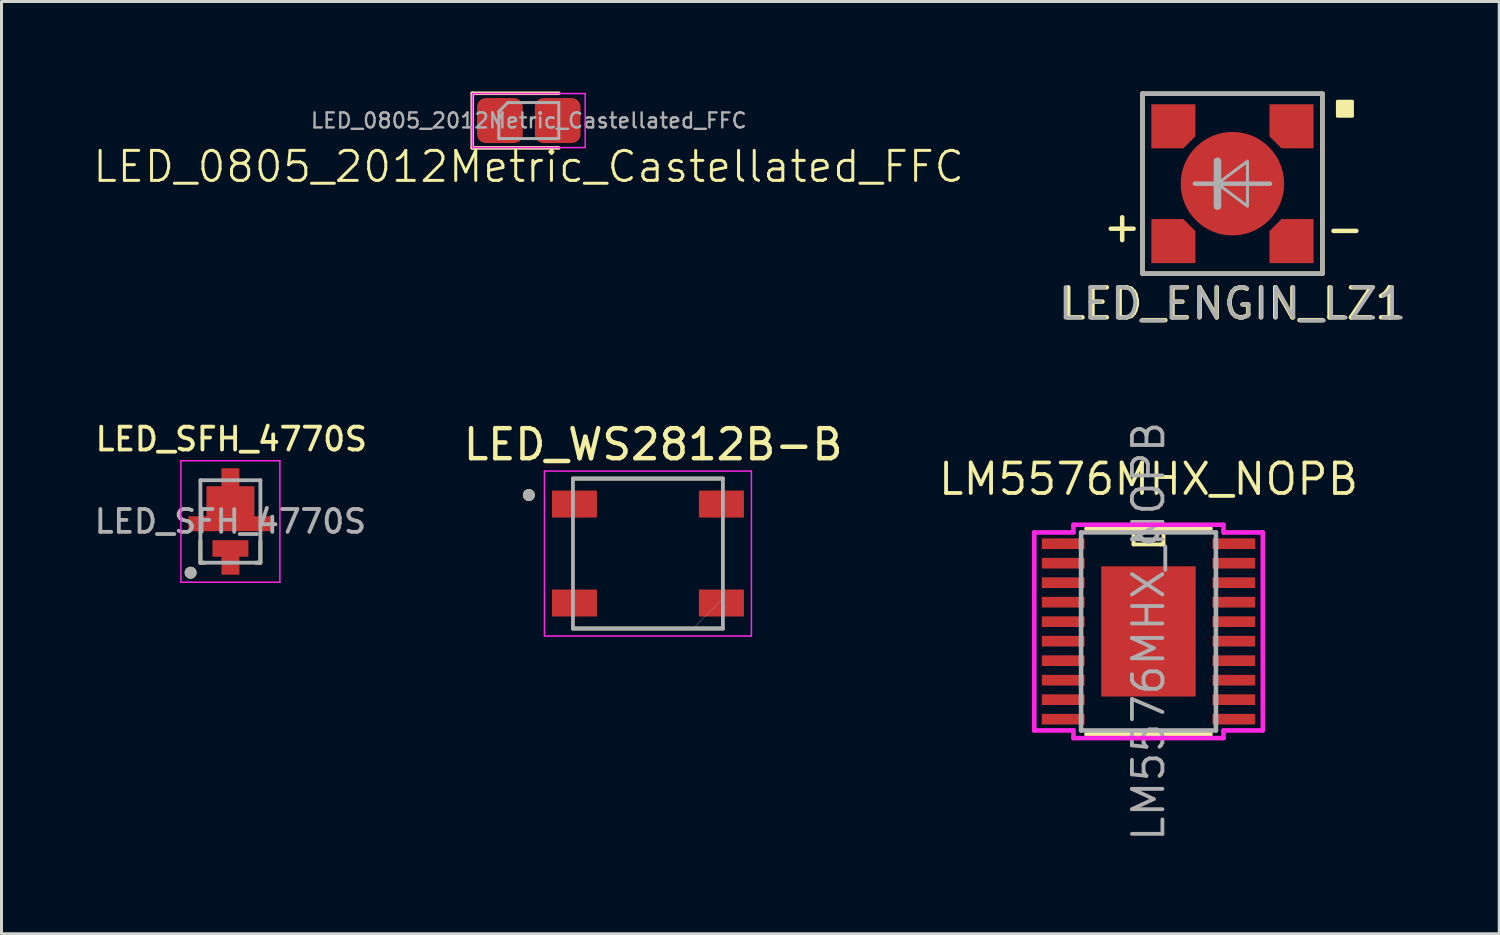
<source format=kicad_pcb>
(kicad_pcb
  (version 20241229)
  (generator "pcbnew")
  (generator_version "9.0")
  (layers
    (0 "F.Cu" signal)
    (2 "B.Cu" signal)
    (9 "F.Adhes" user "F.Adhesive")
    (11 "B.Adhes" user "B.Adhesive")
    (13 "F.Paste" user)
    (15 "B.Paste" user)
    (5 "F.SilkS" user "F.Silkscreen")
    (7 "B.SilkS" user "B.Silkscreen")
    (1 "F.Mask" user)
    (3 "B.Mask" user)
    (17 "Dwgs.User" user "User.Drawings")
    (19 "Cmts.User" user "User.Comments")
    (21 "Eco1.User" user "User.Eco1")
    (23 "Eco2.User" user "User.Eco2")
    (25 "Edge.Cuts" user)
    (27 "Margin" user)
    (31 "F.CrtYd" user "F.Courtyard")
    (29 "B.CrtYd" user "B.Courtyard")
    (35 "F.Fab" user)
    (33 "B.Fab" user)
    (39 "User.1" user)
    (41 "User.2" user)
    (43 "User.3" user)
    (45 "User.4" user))
  (footprint "LED_SFH_4770S"
    (layer "F.Cu")
    (at 4.632 14.662)
    (property "Reference" "LED_SFH_4770S" (at 0.03 -3.07 0) (layer "F.SilkS") (effects (font (size 0.762 0.762) (thickness 0.127))))
    (attr through_hole)
    (fp_poly (pts (xy -0.6 0.3) (xy 0.6 0.3) (xy 0.6 0.85) (xy 0.3 0.85) (xy 0.3 1.45) (xy -0.3 1.45) (xy -0.3 0.85) (xy -0.6 0.85)) (stroke (width 0.0001) (type solid)) (fill yes) (layer "F.Mask"))
    (fp_poly (pts (xy -1.4 -0.5) (xy -0.8 -0.5) (xy -0.8 -1.5) (xy -0.3 -1.5) (xy -0.3 -2.1) (xy 0.3 -2.1) (xy 0.3 -1.5) (xy 0.8 -1.5) (xy 0.8 -0.5) (xy 1.4 -0.5) (xy 1.4 0) (xy -1.4 0)) (stroke (width 0.0001) (type solid)) (fill yes) (layer "F.Mask"))
    (fp_line (start -1 0.325) (end -1 1.05) (stroke (width 0.127) (type solid)) (layer "F.SilkS"))
    (fp_line (start -1 1.05) (end -0.85 1.05) (stroke (width 0.127) (type solid)) (layer "F.SilkS"))
    (fp_line (start 1 0.325) (end 1 1.05) (stroke (width 0.127) (type solid)) (layer "F.SilkS"))
    (fp_line (start 1 1.05) (end 0.85 1.05) (stroke (width 0.127) (type solid)) (layer "F.SilkS"))
    (fp_circle (center -1.327 1.383) (end -1.227 1.383) (stroke (width 0.2) (type solid)) (fill no) (layer "F.SilkS"))
    (fp_poly (pts (xy -0.25 -2.05) (xy -0.25 -1.65) (xy 0.25 -1.65) (xy 0.25 -2.05)) (stroke (width 0.0001) (type solid)) (fill yes) (layer "F.Paste"))
    (fp_poly (pts (xy -1.35 -0.45) (xy -1.35 -0.05) (xy -0.15 -0.05) (xy -0.15 -1.45) (xy -0.75 -1.45) (xy -0.75 -0.45)) (stroke (width 0.0001) (type solid)) (fill yes) (layer "F.Paste"))
    (fp_poly (pts (xy 1.35 -0.45) (xy 1.35 -0.05) (xy 0.15 -0.05) (xy 0.15 -1.45) (xy 0.75 -1.45) (xy 0.75 -0.45)) (stroke (width 0.0001) (type solid)) (fill yes) (layer "F.Paste"))
    (fp_poly (pts (xy -0.55 0.35) (xy -0.55 0.75) (xy -0.25 0.75) (xy -0.25 1.35) (xy 0.25 1.35) (xy 0.25 0.75) (xy 0.55 0.75) (xy 0.55 0.35)) (stroke (width 0.0001) (type solid)) (fill yes) (layer "F.Paste"))
    (fp_line (start -1.65 -2.35) (end -1.65 1.7) (stroke (width 0.05) (type solid)) (layer "F.CrtYd"))
    (fp_line (start -1.65 1.7) (end 1.65 1.7) (stroke (width 0.05) (type solid)) (layer "F.CrtYd"))
    (fp_line (start 1.65 -2.35) (end -1.65 -2.35) (stroke (width 0.05) (type solid)) (layer "F.CrtYd"))
    (fp_line (start 1.65 1.7) (end 1.65 -2.35) (stroke (width 0.05) (type solid)) (layer "F.CrtYd"))
    (fp_line (start -1 -1.7) (end -1 1.05) (stroke (width 0.127) (type solid)) (layer "F.Fab"))
    (fp_line (start -1 1.05) (end 1 1.05) (stroke (width 0.127) (type solid)) (layer "F.Fab"))
    (fp_line (start 1 -1.7) (end -1 -1.7) (stroke (width 0.127) (type solid)) (layer "F.Fab"))
    (fp_line (start 1 1.05) (end 1 -1.7) (stroke (width 0.127) (type solid)) (layer "F.Fab"))
    (fp_circle (center -1.327 1.383) (end -1.227 1.383) (stroke (width 0.2) (type solid)) (fill no) (layer "F.Fab"))
    (fp_text user "${REFERENCE}" (at 0 -0.325 0) (layer "F.Fab") (effects (font (size 0.762 0.762) (thickness 0.127))))
    (pad "A" smd custom (at 0 -0.75) (size 1.6 1.5) (layers "F.Cu") (options (anchor rect)) (primitives (gr_poly (pts (xy -1.4 0.25) (xy 1.4 0.25) (xy 1.4 0.75) (xy -1.4 0.75)) (width 0.0001) (fill yes)) (gr_poly (pts (xy -0.3 0.75) (xy 0.3 0.75) (xy 0.3 -1.35) (xy -0.3 -1.35)) (width 0.0001) (fill yes))))
    (pad "K" smd custom (at 0 0.575) (size 1.2 0.55) (layers "F.Cu") (options (anchor rect)) (primitives (gr_poly (pts (xy -0.3 -0.275) (xy 0.3 -0.275) (xy 0.3 0.875) (xy -0.3 0.875)) (width 0.0001) (fill yes)))))
  (footprint "LED_WS2812B-B"
    (layer "F.Cu")
    (at 18.553 15.406)
    (property "Reference" "LED_WS2812B-B" (at 0.175 -3.635 0) (layer "F.SilkS") (effects (font (size 1 1) (thickness 0.15))))
    (attr through_hole)
    (fp_line (start 2.5 -2.5) (end -2.5 -2.5) (stroke (width 0.127) (type solid)) (layer "F.SilkS"))
    (fp_line (start 2.5 2.5) (end -2.5 2.5) (stroke (width 0.127) (type solid)) (layer "F.SilkS"))
    (fp_circle (center -3.97 -1.95) (end -3.87 -1.95) (stroke (width 0.2) (type solid)) (fill no) (layer "F.SilkS"))
    (fp_line (start -3.45 -2.75) (end 3.45 -2.75) (stroke (width 0.05) (type solid)) (layer "F.CrtYd"))
    (fp_line (start -3.45 2.75) (end -3.45 -2.75) (stroke (width 0.05) (type solid)) (layer "F.CrtYd"))
    (fp_line (start 3.45 -2.75) (end 3.45 2.75) (stroke (width 0.05) (type solid)) (layer "F.CrtYd"))
    (fp_line (start 3.45 2.75) (end -3.45 2.75) (stroke (width 0.05) (type solid)) (layer "F.CrtYd"))
    (fp_line (start -2.5 -2.5) (end 2.5 -2.5) (stroke (width 0.127) (type solid)) (layer "F.Fab"))
    (fp_line (start -2.5 2.5) (end -2.5 -2.5) (stroke (width 0.127) (type solid)) (layer "F.Fab"))
    (fp_line (start 2.5 -2.5) (end 2.5 2.5) (stroke (width 0.127) (type solid)) (layer "F.Fab"))
    (fp_line (start 2.5 2.5) (end -2.5 2.5) (stroke (width 0.127) (type solid)) (layer "F.Fab"))
    (fp_circle (center -3.97 -1.95) (end -3.87 -1.95) (stroke (width 0.2) (type solid)) (fill no) (layer "F.Fab"))
    (fp_poly (pts (xy 2.5 2.5) (xy 1.5 2.5) (xy 2.5 1.5)) (stroke (width 0.01) (type solid)) (fill no) (layer "F.Fab"))
    (pad "1" smd rect (at -2.45 -1.65) (size 1.5 0.9) (layers "F.Cu" "F.Mask" "F.Paste"))
    (pad "2" smd rect (at -2.45 1.65) (size 1.5 0.9) (layers "F.Cu" "F.Mask" "F.Paste"))
    (pad "3" smd rect (at 2.45 1.65 180) (size 1.5 0.9) (layers "F.Cu" "F.Mask" "F.Paste"))
    (pad "4" smd rect (at 2.45 -1.65 180) (size 1.5 0.9) (layers "F.Cu" "F.Mask" "F.Paste")))
  (footprint "LED_0805_2012Metric_Castellated_FFC"
    (layer "F.Cu")
    (at 14.581 0.97)
    (property "Reference" "LED_0805_2012Metric_Castellated_FFC" (at -0.007 1.537 0) (layer "F.SilkS") (effects (font (size 1 1) (thickness 0.1))))
    (attr smd)
    (fp_line (start -1.885 -0.91) (end -1.885 0.91) (stroke (width 0.12) (type solid)) (layer "F.SilkS"))
    (fp_line (start -1.885 0.91) (end 1 0.91) (stroke (width 0.12) (type solid)) (layer "F.SilkS"))
    (fp_line (start 1 -0.91) (end -1.885 -0.91) (stroke (width 0.12) (type solid)) (layer "F.SilkS"))
    (fp_line (start -1.88 -0.9) (end 1.88 -0.9) (stroke (width 0.05) (type solid)) (layer "F.CrtYd"))
    (fp_line (start -1.88 0.9) (end -1.88 -0.9) (stroke (width 0.05) (type solid)) (layer "F.CrtYd"))
    (fp_line (start 1.88 -0.9) (end 1.88 0.9) (stroke (width 0.05) (type solid)) (layer "F.CrtYd"))
    (fp_line (start 1.88 0.9) (end -1.88 0.9) (stroke (width 0.05) (type solid)) (layer "F.CrtYd"))
    (fp_line (start -1 -0.3) (end -1 0.6) (stroke (width 0.1) (type solid)) (layer "F.Fab"))
    (fp_line (start -1 0.6) (end 1 0.6) (stroke (width 0.1) (type solid)) (layer "F.Fab"))
    (fp_line (start -0.7 -0.6) (end -1 -0.3) (stroke (width 0.1) (type solid)) (layer "F.Fab"))
    (fp_line (start 1 -0.6) (end -0.7 -0.6) (stroke (width 0.1) (type solid)) (layer "F.Fab"))
    (fp_line (start 1 0.6) (end 1 -0.6) (stroke (width 0.1) (type solid)) (layer "F.Fab"))
    (fp_text user "${REFERENCE}" (at 0 0 0) (layer "F.Fab") (effects (font (size 0.5 0.5) (thickness 0.08))))
    (pad "A" smd roundrect (at 0.963 0) (size 1.525 1.5) (layers "F.Cu" "F.Mask" "F.Paste") (roundrect_rratio 0.192))
    (pad "K" smd roundrect (at -0.963 0) (size 1.525 1.5) (layers "F.Cu" "F.Mask" "F.Paste") (roundrect_rratio 0.192)))
  (footprint "LM5576MHX_NOPB"
    (layer "F.Cu")
    (at 35.243 18.003)
    (property "Reference" "LM5576MHX_NOPB" (at 0 -5.08 0) (layer "F.SilkS") (effects (font (size 1.016 1.016) (thickness 0.127))))
    (attr smd)
    (fp_line (start -2.068 3.429) (end 2.068 3.429) (stroke (width 0.152) (type solid)) (layer "F.SilkS"))
    (fp_line (start -0.5 -3.4) (end -0.5 -2.9) (stroke (width 0.127) (type solid)) (layer "F.SilkS"))
    (fp_line (start -0.5 -2.9) (end 0.4 -2.9) (stroke (width 0.127) (type solid)) (layer "F.SilkS"))
    (fp_line (start 0.4 -2.9) (end 0.5 -2.9) (stroke (width 0.127) (type solid)) (layer "F.SilkS"))
    (fp_line (start 0.5 -2.9) (end 0.5 -3.4) (stroke (width 0.127) (type solid)) (layer "F.SilkS"))
    (fp_line (start 2.068 -3.429) (end -2.068 -3.429) (stroke (width 0.152) (type solid)) (layer "F.SilkS"))
    (fp_line (start -3.81 -3.301) (end -2.502 -3.301) (stroke (width 0.152) (type solid)) (layer "F.CrtYd"))
    (fp_line (start -3.81 3.301) (end -3.81 -3.301) (stroke (width 0.152) (type solid)) (layer "F.CrtYd"))
    (fp_line (start -2.502 -3.556) (end 2.502 -3.556) (stroke (width 0.152) (type solid)) (layer "F.CrtYd"))
    (fp_line (start -2.502 -3.301) (end -2.502 -3.556) (stroke (width 0.152) (type solid)) (layer "F.CrtYd"))
    (fp_line (start -2.502 3.301) (end -3.81 3.301) (stroke (width 0.152) (type solid)) (layer "F.CrtYd"))
    (fp_line (start -2.502 3.556) (end -2.502 3.301) (stroke (width 0.152) (type solid)) (layer "F.CrtYd"))
    (fp_line (start 2.502 -3.556) (end 2.502 -3.301) (stroke (width 0.152) (type solid)) (layer "F.CrtYd"))
    (fp_line (start 2.502 -3.301) (end 3.81 -3.301) (stroke (width 0.152) (type solid)) (layer "F.CrtYd"))
    (fp_line (start 2.502 3.301) (end 2.502 3.556) (stroke (width 0.152) (type solid)) (layer "F.CrtYd"))
    (fp_line (start 2.502 3.556) (end -2.502 3.556) (stroke (width 0.152) (type solid)) (layer "F.CrtYd"))
    (fp_line (start 3.81 -3.301) (end 3.81 3.301) (stroke (width 0.152) (type solid)) (layer "F.CrtYd"))
    (fp_line (start 3.81 3.301) (end 2.502 3.301) (stroke (width 0.152) (type solid)) (layer "F.CrtYd"))
    (fp_line (start -2.248 -3.302) (end -2.248 3.302) (stroke (width 0.152) (type solid)) (layer "F.Fab"))
    (fp_line (start -2.248 -2.773) (end -2.248 -3.077) (stroke (width 0.152) (type solid)) (layer "F.Fab"))
    (fp_line (start -2.248 -2.123) (end -2.248 -2.427) (stroke (width 0.152) (type solid)) (layer "F.Fab"))
    (fp_line (start -2.248 -1.473) (end -2.248 -1.777) (stroke (width 0.152) (type solid)) (layer "F.Fab"))
    (fp_line (start -2.248 -0.823) (end -2.248 -1.127) (stroke (width 0.152) (type solid)) (layer "F.Fab"))
    (fp_line (start -2.248 -0.173) (end -2.248 -0.477) (stroke (width 0.152) (type solid)) (layer "F.Fab"))
    (fp_line (start -2.248 0.477) (end -2.248 0.173) (stroke (width 0.152) (type solid)) (layer "F.Fab"))
    (fp_line (start -2.248 1.127) (end -2.248 0.823) (stroke (width 0.152) (type solid)) (layer "F.Fab"))
    (fp_line (start -2.248 1.777) (end -2.248 1.473) (stroke (width 0.152) (type solid)) (layer "F.Fab"))
    (fp_line (start -2.248 2.427) (end -2.248 2.123) (stroke (width 0.152) (type solid)) (layer "F.Fab"))
    (fp_line (start -2.248 3.077) (end -2.248 2.773) (stroke (width 0.152) (type solid)) (layer "F.Fab"))
    (fp_line (start -2.248 3.302) (end 2.248 3.302) (stroke (width 0.152) (type solid)) (layer "F.Fab"))
    (fp_line (start 2.248 -3.302) (end -2.248 -3.302) (stroke (width 0.152) (type solid)) (layer "F.Fab"))
    (fp_line (start 2.248 -3.077) (end 2.248 -2.773) (stroke (width 0.152) (type solid)) (layer "F.Fab"))
    (fp_line (start 2.248 -2.427) (end 2.248 -2.123) (stroke (width 0.152) (type solid)) (layer "F.Fab"))
    (fp_line (start 2.248 -1.777) (end 2.248 -1.473) (stroke (width 0.152) (type solid)) (layer "F.Fab"))
    (fp_line (start 2.248 -1.127) (end 2.248 -0.823) (stroke (width 0.152) (type solid)) (layer "F.Fab"))
    (fp_line (start 2.248 -0.477) (end 2.248 -0.173) (stroke (width 0.152) (type solid)) (layer "F.Fab"))
    (fp_line (start 2.248 0.173) (end 2.248 0.477) (stroke (width 0.152) (type solid)) (layer "F.Fab"))
    (fp_line (start 2.248 0.823) (end 2.248 1.127) (stroke (width 0.152) (type solid)) (layer "F.Fab"))
    (fp_line (start 2.248 1.473) (end 2.248 1.777) (stroke (width 0.152) (type solid)) (layer "F.Fab"))
    (fp_line (start 2.248 2.123) (end 2.248 2.427) (stroke (width 0.152) (type solid)) (layer "F.Fab"))
    (fp_line (start 2.248 2.773) (end 2.248 3.077) (stroke (width 0.152) (type solid)) (layer "F.Fab"))
    (fp_line (start 2.248 3.302) (end 2.248 -3.302) (stroke (width 0.152) (type solid)) (layer "F.Fab"))
    (fp_arc (start 0.3048 -3.302) (mid 0 -2.9972) (end -0.3048 -3.302) (stroke (width 0.1524) (type solid)) (layer "F.Fab"))
    (fp_text user "${REFERENCE}" (at 0 0 90) (layer "F.Fab") (effects (font (size 1.016 1.016) (thickness 0.127))))
    (pad "1" smd rect (at -2.845 -2.925) (size 1.422 0.356) (layers "F.Cu" "F.Mask" "F.Paste"))
    (pad "2" smd rect (at -2.845 -2.275) (size 1.422 0.356) (layers "F.Cu" "F.Mask" "F.Paste"))
    (pad "3" smd rect (at -2.845 -1.625) (size 1.422 0.356) (layers "F.Cu" "F.Mask" "F.Paste"))
    (pad "4" smd rect (at -2.845 -0.975) (size 1.422 0.356) (layers "F.Cu" "F.Mask" "F.Paste"))
    (pad "5" smd rect (at -2.845 -0.325) (size 1.422 0.356) (layers "F.Cu" "F.Mask" "F.Paste"))
    (pad "6" smd rect (at -2.845 0.325) (size 1.422 0.356) (layers "F.Cu" "F.Mask" "F.Paste"))
    (pad "7" smd rect (at -2.845 0.975) (size 1.422 0.356) (layers "F.Cu" "F.Mask" "F.Paste"))
    (pad "8" smd rect (at -2.845 1.625) (size 1.422 0.356) (layers "F.Cu" "F.Mask" "F.Paste"))
    (pad "9" smd rect (at -2.845 2.275) (size 1.422 0.356) (layers "F.Cu" "F.Mask" "F.Paste"))
    (pad "10" smd rect (at -2.845 2.925) (size 1.422 0.356) (layers "F.Cu" "F.Mask" "F.Paste"))
    (pad "11" smd rect (at 2.845 2.925) (size 1.422 0.356) (layers "F.Cu" "F.Mask" "F.Paste"))
    (pad "12" smd rect (at 2.845 2.275) (size 1.422 0.356) (layers "F.Cu" "F.Mask" "F.Paste"))
    (pad "13" smd rect (at 2.845 1.625) (size 1.422 0.356) (layers "F.Cu" "F.Mask" "F.Paste"))
    (pad "14" smd rect (at 2.845 0.975) (size 1.422 0.356) (layers "F.Cu" "F.Mask" "F.Paste"))
    (pad "15" smd rect (at 2.845 0.325) (size 1.422 0.356) (layers "F.Cu" "F.Mask" "F.Paste"))
    (pad "16" smd rect (at 2.845 -0.325) (size 1.422 0.356) (layers "F.Cu" "F.Mask" "F.Paste"))
    (pad "17" smd rect (at 2.845 -0.975) (size 1.422 0.356) (layers "F.Cu" "F.Mask" "F.Paste"))
    (pad "18" smd rect (at 2.845 -1.625) (size 1.422 0.356) (layers "F.Cu" "F.Mask" "F.Paste"))
    (pad "19" smd rect (at 2.845 -2.275) (size 1.422 0.356) (layers "F.Cu" "F.Mask" "F.Paste"))
    (pad "20" smd rect (at 2.845 -2.925) (size 1.422 0.356) (layers "F.Cu" "F.Mask" "F.Paste"))
    (pad "21" smd rect (at 0 0) (size 3.15 4.343) (layers "F.Cu" "F.Mask" "F.Paste")))
  (footprint "LED_ENGIN_LZ1"
    (layer "F.Cu")
    (at 38.042 3.075)
    (property "Reference" "LED_ENGIN_LZ1" (at 0 4 0) (layer "F.SilkS") (effects (font (size 1 1) (thickness 0.15))))
    (attr smd)
    (fp_line (start -3 -3) (end 3 -3) (stroke (width 0.15) (type solid)) (layer "F.SilkS"))
    (fp_line (start -3 3) (end -3 -3) (stroke (width 0.15) (type solid)) (layer "F.SilkS"))
    (fp_line (start 3 -3) (end 3 3) (stroke (width 0.15) (type solid)) (layer "F.SilkS"))
    (fp_line (start 3 3) (end -3 3) (stroke (width 0.15) (type solid)) (layer "F.SilkS"))
    (fp_poly (pts (xy 3.5 -2.75) (xy 4 -2.75) (xy 4 -2.25) (xy 3.5 -2.25)) (stroke (width 0.1) (type solid)) (fill yes) (layer "F.SilkS"))
    (fp_line (start -3 -3) (end 3 -3) (stroke (width 0.15) (type solid)) (layer "F.Fab"))
    (fp_line (start -3 3) (end -3 -3) (stroke (width 0.15) (type solid)) (layer "F.Fab"))
    (fp_line (start -0.5 -0.75) (end -0.5 0.75) (stroke (width 0.25) (type solid)) (layer "F.Fab"))
    (fp_line (start 1.25 0) (end -1.25 0) (stroke (width 0.15) (type solid)) (layer "F.Fab"))
    (fp_line (start 3 -3) (end 3 3) (stroke (width 0.15) (type solid)) (layer "F.Fab"))
    (fp_line (start 3 3) (end -3 3) (stroke (width 0.15) (type solid)) (layer "F.Fab"))
    (fp_poly (pts (xy 0.5 -0.75) (xy 0.5 0.75) (xy -0.5 0)) (stroke (width 0.1) (type solid)) (fill no) (layer "F.Fab"))
    (fp_text user "-" (at 3.75 1.5 0) (layer "F.SilkS") (effects (font (size 1 1) (thickness 0.15))))
    (fp_text user "+" (at -3.75 1.5 270) (layer "F.SilkS") (effects (font (size 1 1) (thickness 0.15))))
    (fp_text user "${REFERENCE}" (at 0 4 0) (layer "F.Fab") (effects (font (size 1.016 1.016) (thickness 0.127))))
    (pad "1" smd custom (at -1.969 -2.114) (size 1.47 1.07) (layers "F.Cu" "F.Mask" "F.Paste") (options (anchor rect)) (primitives (gr_poly (pts (xy 0.735 0.535) (xy -0.735 0.535) (xy -0.735 0.935) (xy 0.335 0.935)) (width 0) (fill yes))))
    (pad "2" smd custom (at 1.969 -2.114) (size 1.47 1.07) (layers "F.Cu" "F.Mask" "F.Paste") (options (anchor rect)) (primitives (gr_poly (pts (xy -0.735 0.535) (xy 0.735 0.535) (xy 0.735 0.935) (xy -0.335 0.935)) (width 0) (fill yes))))
    (pad "3" smd custom (at 1.969 2.114) (size 1.47 1.07) (layers "F.Cu" "F.Mask" "F.Paste") (options (anchor rect)) (primitives (gr_poly (pts (xy -0.735 -0.535) (xy 0.735 -0.535) (xy 0.735 -0.935) (xy -0.335 -0.935)) (width 0) (fill yes))))
    (pad "4" smd custom (at -1.969 2.114) (size 1.47 1.07) (layers "F.Cu" "F.Mask" "F.Paste") (options (anchor rect)) (primitives (gr_poly (pts (xy 0.735 -0.535) (xy -0.735 -0.535) (xy -0.735 -0.935) (xy 0.335 -0.935)) (width 0) (fill yes))))
    (pad "5" smd circle (at 0 0) (size 3.45 3.45) (layers "F.Cu" "F.Mask" "F.Paste")))
  (gr_rect
    (start -3 -3)
    (end 46.937 28.083)
    (stroke (width 0.1) (type default))
    (fill no)
    (layer "Edge.Cuts")))
</source>
